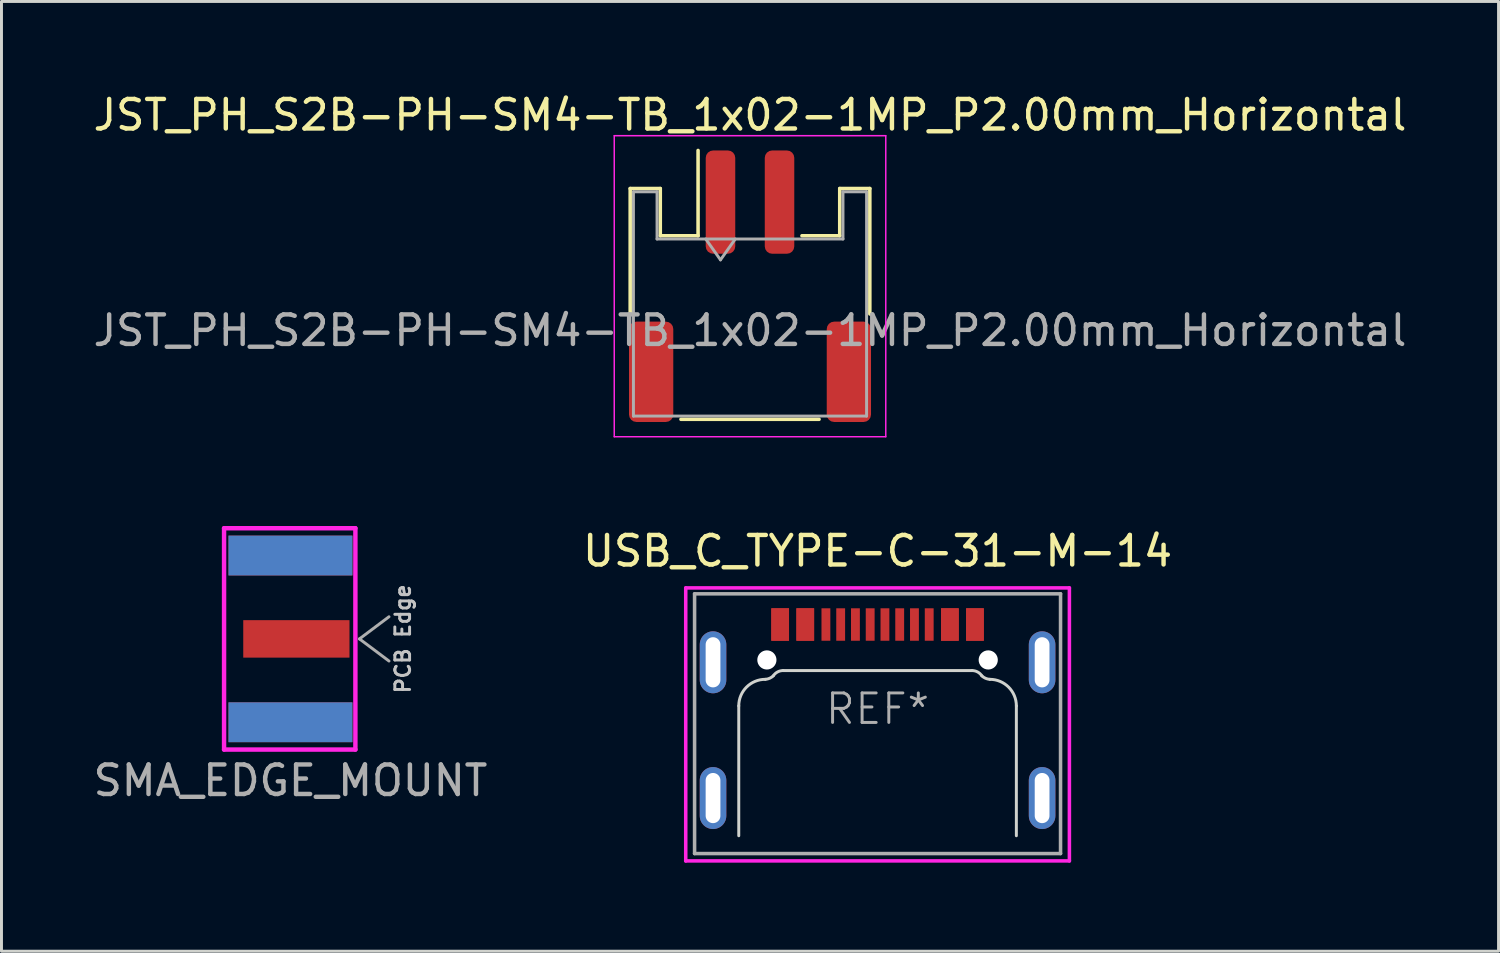
<source format=kicad_pcb>
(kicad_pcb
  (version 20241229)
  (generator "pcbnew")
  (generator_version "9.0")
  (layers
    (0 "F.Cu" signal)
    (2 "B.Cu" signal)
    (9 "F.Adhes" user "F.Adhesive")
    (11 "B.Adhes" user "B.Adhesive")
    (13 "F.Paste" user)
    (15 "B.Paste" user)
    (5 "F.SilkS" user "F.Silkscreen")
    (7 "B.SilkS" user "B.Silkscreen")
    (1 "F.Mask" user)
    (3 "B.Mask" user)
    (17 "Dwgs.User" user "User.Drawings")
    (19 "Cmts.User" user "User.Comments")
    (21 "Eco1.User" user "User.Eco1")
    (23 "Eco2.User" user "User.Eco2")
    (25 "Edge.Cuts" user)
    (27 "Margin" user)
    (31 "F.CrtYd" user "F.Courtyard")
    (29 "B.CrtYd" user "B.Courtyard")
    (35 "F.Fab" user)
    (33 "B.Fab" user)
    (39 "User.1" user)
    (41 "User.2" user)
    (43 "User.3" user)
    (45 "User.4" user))
  (footprint "SMA_EDGE_MOUNT"
    (layer "F.Cu")
    (at 6.792 18.598)
    (property "Reference" "SMA_EDGE_MOUNT" (at 0 4.8 0) (layer "F.Fab") (effects (font (size 1 1) (thickness 0.15))))
    (attr smd)
    (fp_line (start -2.25 -3.75) (end 2.2 -3.75) (stroke (width 0.15) (type solid)) (layer "F.CrtYd"))
    (fp_line (start -2.25 3.75) (end -2.25 -3.75) (stroke (width 0.15) (type solid)) (layer "F.CrtYd"))
    (fp_line (start 2.2 -3.75) (end 2.2 3.75) (stroke (width 0.15) (type solid)) (layer "F.CrtYd"))
    (fp_line (start 2.2 3.75) (end -2.25 3.75) (stroke (width 0.15) (type solid)) (layer "F.CrtYd"))
    (fp_line (start 2.338 0) (end 3.338 -0.75) (stroke (width 0.1) (type solid)) (layer "F.Fab"))
    (fp_line (start 3.338 0.75) (end 2.338 0) (stroke (width 0.1) (type solid)) (layer "F.Fab"))
    (fp_text user "PCB Edge" (at 3.81 0 90) (layer "Dwgs.User") (effects (font (size 0.5 0.5) (thickness 0.1))))
    (pad "1" smd rect (at 0.2 0 90) (size 1.27 3.6) (layers "F.Cu" "F.Mask"))
    (pad "2" smd rect (at 0 -2.825 90) (size 1.35 4.2) (layers "F.Cu" "F.Mask"))
    (pad "2" smd rect (at 0 -2.825 90) (size 1.35 4.2) (layers "B.Cu" "B.Mask"))
    (pad "2" smd rect (at 0 2.825 90) (size 1.35 4.2) (layers "F.Cu" "F.Mask"))
    (pad "2" smd rect (at 0 2.825 90) (size 1.35 4.2) (layers "B.Cu" "B.Mask")))
  (footprint "USB_C_TYPE-C-31-M-14"
    (layer "F.Cu")
    (at 26.685 20.971)
    (property "Reference" "USB_C_TYPE-C-31-M-14" (at 0 -5.35 0) (layer "F.SilkS") (effects (font (size 1 1) (thickness 0.15))))
    (attr through_hole)
    (fp_line (start -4.703 4.297) (end -4.703 -0.103) (stroke (width 0.1) (type solid)) (layer "Edge.Cuts"))
    (fp_line (start -3.2 -1.3) (end 3.2 -1.3) (stroke (width 0.1) (type solid)) (layer "Edge.Cuts"))
    (fp_line (start 4.703 4.297) (end 4.703 -0.103) (stroke (width 0.1) (type solid)) (layer "Edge.Cuts"))
    (fp_arc (start -4.70304 -0.103128) (mid -4.439436 -0.739524) (end -3.80304 -1.003128) (stroke (width 0.1) (type solid)) (layer "Edge.Cuts"))
    (fp_arc (start -3.532782 -1.121938) (mid -3.657195 -1.038158) (end -3.80304 -1.003128) (stroke (width 0.1) (type solid)) (layer "Edge.Cuts"))
    (fp_arc (start -3.532782 -1.121938) (mid -3.388713 -1.252687) (end -3.2 -1.3) (stroke (width 0.1) (type solid)) (layer "Edge.Cuts"))
    (fp_arc (start 3.2 -1.3) (mid 3.388713 -1.252686) (end 3.532782 -1.121938) (stroke (width 0.1) (type solid)) (layer "Edge.Cuts"))
    (fp_arc (start 3.80304 -1.003128) (mid 3.657195 -1.038158) (end 3.532782 -1.121938) (stroke (width 0.1) (type solid)) (layer "Edge.Cuts"))
    (fp_arc (start 3.80304 -1.003128) (mid 4.439436 -0.739524) (end 4.70304 -0.103128) (stroke (width 0.1) (type solid)) (layer "Edge.Cuts"))
    (fp_line (start -6.5 -4.1) (end -6.5 5.15) (stroke (width 0.12) (type solid)) (layer "F.CrtYd"))
    (fp_line (start -6.5 -4.1) (end 6.5 -4.1) (stroke (width 0.12) (type solid)) (layer "F.CrtYd"))
    (fp_line (start -6.5 5.15) (end 6.5 5.15) (stroke (width 0.12) (type solid)) (layer "F.CrtYd"))
    (fp_line (start 6.5 -4.1) (end 6.5 5.15) (stroke (width 0.12) (type solid)) (layer "F.CrtYd"))
    (fp_line (start -6.2 -3.9) (end -6.2 4.9) (stroke (width 0.12) (type solid)) (layer "F.Fab"))
    (fp_line (start -6.2 -3.9) (end 6.2 -3.9) (stroke (width 0.12) (type solid)) (layer "F.Fab"))
    (fp_line (start 6.2 4.9) (end -6.2 4.9) (stroke (width 0.12) (type solid)) (layer "F.Fab"))
    (fp_line (start 6.2 4.9) (end 6.2 -3.9) (stroke (width 0.12) (type solid)) (layer "F.Fab"))
    (fp_text user "REF*" (at 0 0 0) (layer "F.Fab") (effects (font (size 1 1) (thickness 0.1))))
    (pad "" smd oval (at -5.675 -1.58) (size 1.2 2.4) (layers "F.Paste"))
    (pad "" smd oval (at -5.675 3.02) (size 1.2 2.4) (layers "F.Paste"))
    (pad "" np_thru_hole circle (at -3.75 -1.66) (size 0.65 0.65) (drill 0.65) (layers "*.Cu" "*.Mask"))
    (pad "" np_thru_hole circle (at 3.75 -1.66) (size 0.65 0.65) (drill 0.65) (layers "*.Cu" "*.Mask"))
    (pad "" smd oval (at 5.675 -1.58) (size 1.2 2.4) (layers "F.Paste"))
    (pad "" smd oval (at 5.675 3.02) (size 1.2 2.4) (layers "F.Paste"))
    (pad "A1" smd rect (at -3.3 -2.86) (size 0.6 1.1) (layers "F.Cu" "F.Mask" "F.Paste"))
    (pad "A4" smd rect (at -2.45 -2.86) (size 0.6 1.1) (layers "F.Cu" "F.Mask" "F.Paste"))
    (pad "A5" smd rect (at -1.25 -2.86) (size 0.3 1.1) (layers "F.Cu" "F.Mask" "F.Paste"))
    (pad "A6" smd rect (at -0.25 -2.86) (size 0.3 1.1) (layers "F.Cu" "F.Mask" "F.Paste"))
    (pad "A7" smd rect (at 0.25 -2.86) (size 0.3 1.1) (layers "F.Cu" "F.Mask" "F.Paste"))
    (pad "A8" smd rect (at 1.25 -2.86) (size 0.3 1.1) (layers "F.Cu" "F.Mask" "F.Paste"))
    (pad "A9" smd rect (at 2.45 -2.86) (size 0.6 1.1) (layers "F.Cu" "F.Mask" "F.Paste"))
    (pad "A12" smd rect (at 3.3 -2.86) (size 0.6 1.1) (layers "F.Cu" "F.Mask" "F.Paste"))
    (pad "B1" smd rect (at 3.3 -2.86) (size 0.6 1.1) (layers "F.Cu" "F.Mask" "F.Paste"))
    (pad "B4" smd rect (at 2.45 -2.86) (size 0.6 1.1) (layers "F.Cu" "F.Mask" "F.Paste"))
    (pad "B5" smd rect (at 1.75 -2.86) (size 0.3 1.1) (layers "F.Cu" "F.Mask" "F.Paste"))
    (pad "B6" smd rect (at 0.75 -2.86) (size 0.3 1.1) (layers "F.Cu" "F.Mask" "F.Paste"))
    (pad "B7" smd rect (at -0.75 -2.86) (size 0.3 1.1) (layers "F.Cu" "F.Mask" "F.Paste"))
    (pad "B8" smd rect (at -1.75 -2.86) (size 0.3 1.1) (layers "F.Cu" "F.Mask" "F.Paste"))
    (pad "B9" smd rect (at -2.45 -2.86) (size 0.6 1.1) (layers "F.Cu" "F.Mask" "F.Paste"))
    (pad "B12" smd rect (at -3.3 -2.86) (size 0.6 1.1) (layers "F.Cu" "F.Mask" "F.Paste"))
    (pad "S1" thru_hole oval (at -5.575 -1.58) (size 0.9 2.1) (drill oval 0.5 1.7) (layers "*.Cu" "*.Mask"))
    (pad "S1" thru_hole oval (at -5.575 3.02) (size 0.9 2.1) (drill oval 0.5 1.7) (layers "*.Cu" "*.Mask" "F.Paste"))
    (pad "S1" thru_hole oval (at 5.575 -1.58) (size 0.9 2.1) (drill oval 0.5 1.7) (layers "*.Cu" "*.Mask" "F.Paste"))
    (pad "S1" thru_hole oval (at 5.575 3.02) (size 0.9 2.1) (drill oval 0.5 1.7) (layers "*.Cu" "*.Mask" "F.Paste")))
  (footprint "JST_PH_S2B-PH-SM4-TB_1x02-1MP_P2.00mm_Horizontal"
    (layer "F.Cu")
    (at 22.363 6.648)
    (property "Reference" "JST_PH_S2B-PH-SM4-TB_1x02-1MP_P2.00mm_Horizontal" (at 0 -5.8 0) (layer "F.SilkS") (effects (font (size 1 1) (thickness 0.15))))
    (attr smd)
    (fp_line (start -4.06 -3.31) (end -3.04 -3.31) (stroke (width 0.12) (type solid)) (layer "F.SilkS"))
    (fp_line (start -4.06 0.94) (end -4.06 -3.31) (stroke (width 0.12) (type solid)) (layer "F.SilkS"))
    (fp_line (start -3.04 -3.31) (end -3.04 -1.71) (stroke (width 0.12) (type solid)) (layer "F.SilkS"))
    (fp_line (start -3.04 -1.71) (end -1.76 -1.71) (stroke (width 0.12) (type solid)) (layer "F.SilkS"))
    (fp_line (start -2.34 4.51) (end 2.34 4.51) (stroke (width 0.12) (type solid)) (layer "F.SilkS"))
    (fp_line (start -1.76 -1.71) (end -1.76 -4.6) (stroke (width 0.12) (type solid)) (layer "F.SilkS"))
    (fp_line (start 3.04 -3.31) (end 3.04 -1.71) (stroke (width 0.12) (type solid)) (layer "F.SilkS"))
    (fp_line (start 3.04 -1.71) (end 1.76 -1.71) (stroke (width 0.12) (type solid)) (layer "F.SilkS"))
    (fp_line (start 4.06 -3.31) (end 3.04 -3.31) (stroke (width 0.12) (type solid)) (layer "F.SilkS"))
    (fp_line (start 4.06 0.94) (end 4.06 -3.31) (stroke (width 0.12) (type solid)) (layer "F.SilkS"))
    (fp_line (start -4.6 -5.1) (end -4.6 5.1) (stroke (width 0.05) (type solid)) (layer "F.CrtYd"))
    (fp_line (start -4.6 5.1) (end 4.6 5.1) (stroke (width 0.05) (type solid)) (layer "F.CrtYd"))
    (fp_line (start 4.6 -5.1) (end -4.6 -5.1) (stroke (width 0.05) (type solid)) (layer "F.CrtYd"))
    (fp_line (start 4.6 5.1) (end 4.6 -5.1) (stroke (width 0.05) (type solid)) (layer "F.CrtYd"))
    (fp_line (start -3.95 -3.2) (end -3.95 4.4) (stroke (width 0.1) (type solid)) (layer "F.Fab"))
    (fp_line (start -3.95 -3.2) (end -3.15 -3.2) (stroke (width 0.1) (type solid)) (layer "F.Fab"))
    (fp_line (start -3.95 4.4) (end 3.95 4.4) (stroke (width 0.1) (type solid)) (layer "F.Fab"))
    (fp_line (start -3.15 -3.2) (end -3.15 -1.6) (stroke (width 0.1) (type solid)) (layer "F.Fab"))
    (fp_line (start -3.15 -1.6) (end 3.15 -1.6) (stroke (width 0.1) (type solid)) (layer "F.Fab"))
    (fp_line (start -1.5 -1.6) (end -1 -0.893) (stroke (width 0.1) (type solid)) (layer "F.Fab"))
    (fp_line (start -1 -0.893) (end -0.5 -1.6) (stroke (width 0.1) (type solid)) (layer "F.Fab"))
    (fp_line (start 3.15 -3.2) (end 3.95 -3.2) (stroke (width 0.1) (type solid)) (layer "F.Fab"))
    (fp_line (start 3.15 -1.6) (end 3.15 -3.2) (stroke (width 0.1) (type solid)) (layer "F.Fab"))
    (fp_line (start 3.95 -3.2) (end 3.95 4.4) (stroke (width 0.1) (type solid)) (layer "F.Fab"))
    (fp_text user "${REFERENCE}" (at 0 1.5 0) (layer "F.Fab") (effects (font (size 1 1) (thickness 0.15))))
    (pad "1" smd roundrect (at -1 -2.85) (size 1 3.5) (layers "F.Cu" "F.Mask" "F.Paste") (roundrect_rratio 0.25))
    (pad "2" smd roundrect (at -3.35 2.9) (size 1.5 3.4) (layers "F.Cu" "F.Mask" "F.Paste") (roundrect_rratio 0.167))
    (pad "2" smd roundrect (at 1 -2.85) (size 1 3.5) (layers "F.Cu" "F.Mask" "F.Paste") (roundrect_rratio 0.25))
    (pad "2" smd roundrect (at 3.35 2.9) (size 1.5 3.4) (layers "F.Cu" "F.Mask" "F.Paste") (roundrect_rratio 0.167)))
  (gr_rect
    (start -3 -3)
    (end 47.726 29.181)
    (stroke (width 0.1) (type default))
    (fill no)
    (layer "Edge.Cuts")))
</source>
